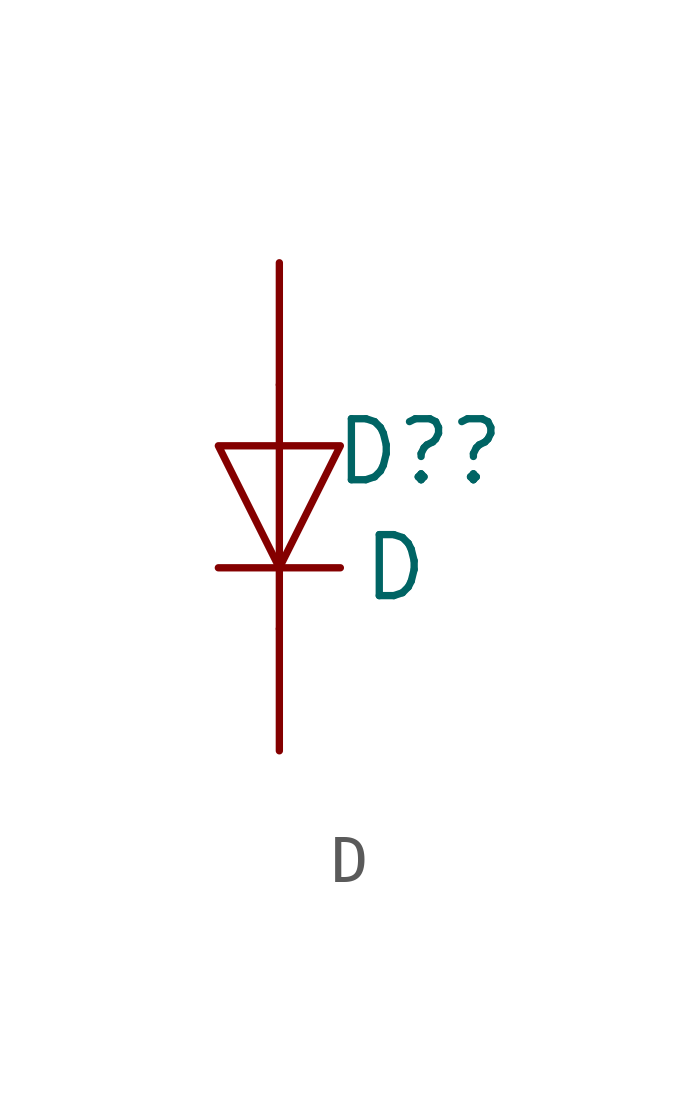
<source format=kicad_sym>
(kicad_symbol_lib
  (version 20220914)
  (generator kicad_symbol_editor)
  (symbol "D"
    (pin_numbers hide)
    (pin_names hide)
    (property "Reference" "D?"
      (at 2.921 1.143 0)
      (effects (font (size 1.27 1.27))))
    (property "Value" "D"
      (at 2.413 -1.27 0)
      (effects (font (size 1.27 1.27))))
    (symbol "D_0_1"
      (polyline (pts (xy 0 2.54) (xy 0 -2.54)) (stroke (width 0) (type default)) (fill (type none)))
      (polyline (pts (xy 1.27 -1.27) (xy -1.27 -1.27)) (stroke (width 0) (type default)) (fill (type none)))
      (polyline (pts (xy 0 -1.27) (xy 1.27 1.27) (xy -1.27 1.27) (xy 0 -1.27)) (stroke (width 0) (type default)) (fill (type none))))
    (symbol "D_1_1"
      (pin passive line (at 0 5.08 270) (length 2.54) (name "A" (effects (font (size 1.27 1.27)))) (number "A" (effects (font (size 1.27 1.27)))))
      (pin passive line (at 0 -5.08 90) (length 2.54) (name "K" (effects (font (size 1.27 1.27)))) (number "K" (effects (font (size 1.27 1.27))))))))
</source>
